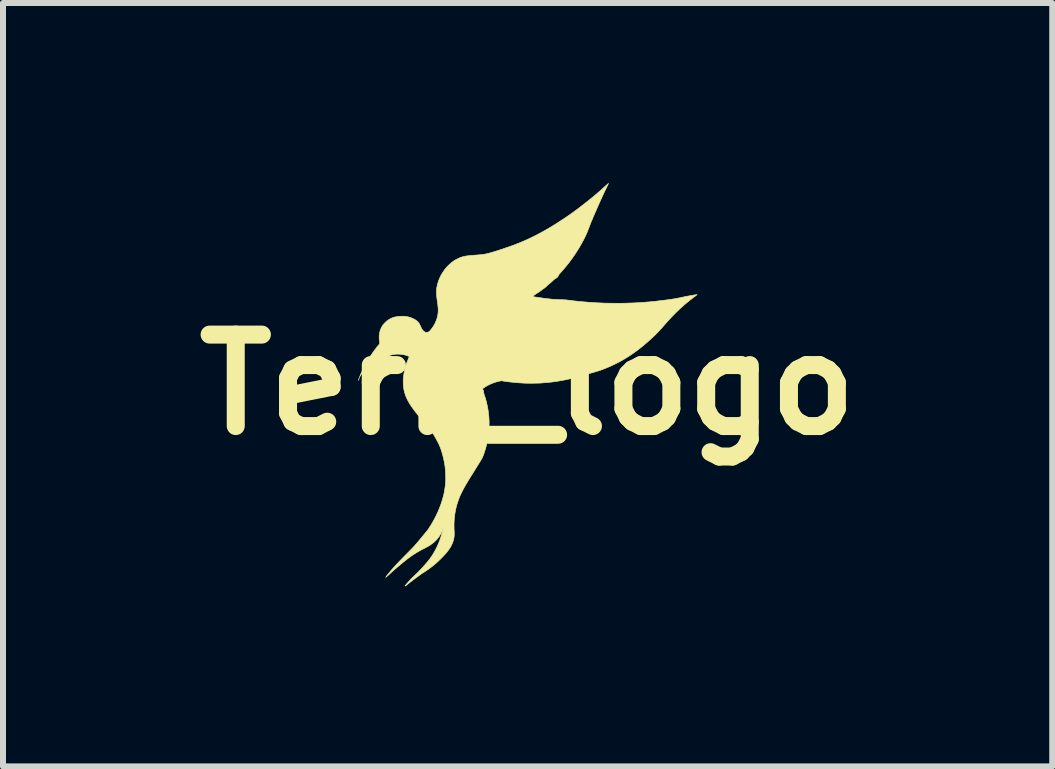
<source format=kicad_pcb>
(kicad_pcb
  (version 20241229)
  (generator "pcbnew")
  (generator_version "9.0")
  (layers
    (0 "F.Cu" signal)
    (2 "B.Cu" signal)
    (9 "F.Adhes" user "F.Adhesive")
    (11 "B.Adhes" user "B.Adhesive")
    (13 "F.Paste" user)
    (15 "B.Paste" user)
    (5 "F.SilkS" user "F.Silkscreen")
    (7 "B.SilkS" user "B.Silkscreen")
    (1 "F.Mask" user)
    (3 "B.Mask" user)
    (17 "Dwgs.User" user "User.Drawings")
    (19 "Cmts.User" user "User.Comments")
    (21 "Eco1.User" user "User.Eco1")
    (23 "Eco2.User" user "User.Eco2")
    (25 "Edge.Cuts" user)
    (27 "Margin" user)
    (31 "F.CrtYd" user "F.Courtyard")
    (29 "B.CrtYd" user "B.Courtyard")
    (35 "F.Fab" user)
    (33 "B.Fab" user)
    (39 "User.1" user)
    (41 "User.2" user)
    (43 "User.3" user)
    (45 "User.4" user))
  (footprint "Tern_logo"
    (layer "F.Cu")
    (at 5.74 3.359)
    (property "Reference" "Tern_logo" (at 0 0 0) (layer "F.SilkS") (effects (font (size 1.524 1.524) (thickness 0.3))))
    (attr through_hole)
    (fp_poly (pts (xy -2.801 -0.12) (xy -2.802 -0.115) (xy -2.804 -0.111) (xy -2.807 -0.104) (xy -2.81 -0.095) (xy -2.813 -0.087) (xy -2.816 -0.08) (xy -2.818 -0.074) (xy -2.82 -0.071) (xy -2.82 -0.071) (xy -2.82 -0.072) (xy -2.819 -0.076) (xy -2.817 -0.082) (xy -2.816 -0.086) (xy -2.811 -0.098) (xy -2.808 -0.108) (xy -2.804 -0.115) (xy -2.802 -0.12) (xy -2.801 -0.121) (xy -2.801 -0.12)) (stroke (width 0.01) (type solid)) (fill yes) (layer "F.SilkS"))
    (fp_poly (pts (xy 1.348 -3.354) (xy 1.348 -3.354) (xy 1.347 -3.352) (xy 1.345 -3.347) (xy 1.341 -3.339) (xy 1.337 -3.329) (xy 1.331 -3.317) (xy 1.325 -3.304) (xy 1.32 -3.294) (xy 1.274 -3.199) (xy 1.229 -3.101) (xy 1.183 -3) (xy 1.138 -2.896) (xy 1.092 -2.791) (xy 1.088 -2.78) (xy 1.077 -2.754) (xy 1.067 -2.731) (xy 1.058 -2.71) (xy 1.05 -2.69) (xy 1.043 -2.671) (xy 1.035 -2.652) (xy 1.028 -2.632) (xy 1.02 -2.611) (xy 1.011 -2.588) (xy 1.007 -2.578) (xy 0.998 -2.553) (xy 0.987 -2.528) (xy 0.976 -2.503) (xy 0.964 -2.476) (xy 0.951 -2.449) (xy 0.936 -2.42) (xy 0.919 -2.388) (xy 0.901 -2.355) (xy 0.853 -2.272) (xy 0.802 -2.191) (xy 0.747 -2.111) (xy 0.689 -2.032) (xy 0.628 -1.956) (xy 0.564 -1.882) (xy 0.546 -1.862) (xy 0.537 -1.852) (xy 0.529 -1.843) (xy 0.524 -1.836) (xy 0.52 -1.83) (xy 0.517 -1.825) (xy 0.516 -1.822) (xy 0.507 -1.806) (xy 0.497 -1.792) (xy 0.484 -1.78) (xy 0.467 -1.77) (xy 0.465 -1.769) (xy 0.46 -1.766) (xy 0.455 -1.763) (xy 0.449 -1.758) (xy 0.442 -1.753) (xy 0.434 -1.746) (xy 0.424 -1.736) (xy 0.413 -1.726) (xy 0.402 -1.716) (xy 0.391 -1.706) (xy 0.38 -1.696) (xy 0.371 -1.688) (xy 0.363 -1.682) (xy 0.359 -1.679) (xy 0.352 -1.673) (xy 0.342 -1.665) (xy 0.332 -1.656) (xy 0.323 -1.647) (xy 0.319 -1.643) (xy 0.31 -1.635) (xy 0.3 -1.626) (xy 0.291 -1.618) (xy 0.284 -1.612) (xy 0.281 -1.61) (xy 0.274 -1.605) (xy 0.265 -1.599) (xy 0.255 -1.592) (xy 0.245 -1.584) (xy 0.241 -1.582) (xy 0.216 -1.563) (xy 0.191 -1.546) (xy 0.168 -1.53) (xy 0.158 -1.524) (xy 0.139 -1.512) (xy 0.122 -1.5) (xy 0.108 -1.49) (xy 0.097 -1.481) (xy 0.093 -1.478) (xy 0.082 -1.468) (xy 0.09 -1.467) (xy 0.099 -1.465) (xy 0.111 -1.463) (xy 0.126 -1.461) (xy 0.143 -1.458) (xy 0.161 -1.456) (xy 0.18 -1.453) (xy 0.2 -1.45) (xy 0.219 -1.447) (xy 0.237 -1.445) (xy 0.254 -1.442) (xy 0.268 -1.44) (xy 0.277 -1.439) (xy 0.314 -1.434) (xy 0.347 -1.431) (xy 0.378 -1.427) (xy 0.408 -1.424) (xy 0.437 -1.422) (xy 0.467 -1.42) (xy 0.497 -1.419) (xy 0.53 -1.417) (xy 0.556 -1.416) (xy 0.577 -1.416) (xy 0.595 -1.415) (xy 0.61 -1.414) (xy 0.624 -1.414) (xy 0.637 -1.413) (xy 0.649 -1.411) (xy 0.661 -1.41) (xy 0.672 -1.409) (xy 0.766 -1.397) (xy 0.857 -1.387) (xy 0.945 -1.379) (xy 1.033 -1.372) (xy 1.12 -1.366) (xy 1.207 -1.362) (xy 1.295 -1.358) (xy 1.385 -1.357) (xy 1.477 -1.356) (xy 1.483 -1.356) (xy 1.551 -1.356) (xy 1.617 -1.357) (xy 1.68 -1.359) (xy 1.742 -1.361) (xy 1.803 -1.364) (xy 1.865 -1.367) (xy 1.928 -1.371) (xy 1.981 -1.376) (xy 2.022 -1.379) (xy 2.064 -1.383) (xy 2.107 -1.387) (xy 2.15 -1.392) (xy 2.193 -1.397) (xy 2.235 -1.402) (xy 2.277 -1.407) (xy 2.318 -1.412) (xy 2.358 -1.418) (xy 2.396 -1.423) (xy 2.432 -1.429) (xy 2.465 -1.434) (xy 2.496 -1.44) (xy 2.524 -1.445) (xy 2.548 -1.45) (xy 2.555 -1.452) (xy 2.589 -1.459) (xy 2.623 -1.467) (xy 2.657 -1.473) (xy 2.69 -1.479) (xy 2.72 -1.484) (xy 2.723 -1.485) (xy 2.737 -1.487) (xy 2.751 -1.49) (xy 2.765 -1.492) (xy 2.778 -1.494) (xy 2.786 -1.496) (xy 2.799 -1.498) (xy 2.809 -1.499) (xy 2.815 -1.499) (xy 2.817 -1.499) (xy 2.824 -1.498) (xy 2.814 -1.491) (xy 2.803 -1.483) (xy 2.79 -1.473) (xy 2.775 -1.462) (xy 2.758 -1.449) (xy 2.742 -1.436) (xy 2.725 -1.423) (xy 2.708 -1.411) (xy 2.693 -1.399) (xy 2.692 -1.398) (xy 2.615 -1.334) (xy 2.539 -1.266) (xy 2.466 -1.196) (xy 2.395 -1.123) (xy 2.325 -1.047) (xy 2.276 -0.991) (xy 2.256 -0.968) (xy 2.234 -0.943) (xy 2.21 -0.917) (xy 2.185 -0.89) (xy 2.159 -0.863) (xy 2.133 -0.836) (xy 2.107 -0.811) (xy 2.082 -0.787) (xy 2.066 -0.772) (xy 1.991 -0.705) (xy 1.916 -0.641) (xy 1.84 -0.581) (xy 1.763 -0.525) (xy 1.686 -0.473) (xy 1.608 -0.425) (xy 1.529 -0.38) (xy 1.45 -0.34) (xy 1.371 -0.303) (xy 1.291 -0.27) (xy 1.242 -0.251) (xy 1.202 -0.237) (xy 1.161 -0.224) (xy 1.119 -0.211) (xy 1.077 -0.199) (xy 1.036 -0.188) (xy 1.007 -0.181) (xy 0.996 -0.178) (xy 0.981 -0.175) (xy 0.965 -0.17) (xy 0.949 -0.165) (xy 0.933 -0.161) (xy 0.925 -0.158) (xy 0.836 -0.131) (xy 0.748 -0.108) (xy 0.66 -0.087) (xy 0.572 -0.07) (xy 0.484 -0.055) (xy 0.394 -0.043) (xy 0.302 -0.034) (xy 0.213 -0.027) (xy 0.195 -0.026) (xy 0.174 -0.026) (xy 0.151 -0.025) (xy 0.126 -0.025) (xy 0.099 -0.024) (xy 0.072 -0.024) (xy 0.046 -0.024) (xy 0.02 -0.024) (xy -0.004 -0.024) (xy -0.026 -0.025) (xy -0.043 -0.025) (xy -0.131 -0.03) (xy -0.217 -0.037) (xy -0.301 -0.046) (xy -0.384 -0.057) (xy -0.397 -0.059) (xy -0.437 -0.066) (xy -0.46 -0.061) (xy -0.503 -0.051) (xy -0.547 -0.038) (xy -0.59 -0.022) (xy -0.632 -0.004) (xy -0.672 0.016) (xy -0.71 0.039) (xy -0.739 0.059) (xy -0.752 0.069) (xy -0.748 0.075) (xy -0.74 0.09) (xy -0.734 0.107) (xy -0.731 0.124) (xy -0.731 0.132) (xy -0.73 0.138) (xy -0.729 0.146) (xy -0.727 0.154) (xy -0.723 0.166) (xy -0.722 0.169) (xy -0.702 0.229) (xy -0.685 0.291) (xy -0.671 0.355) (xy -0.659 0.42) (xy -0.65 0.486) (xy -0.644 0.551) (xy -0.641 0.616) (xy -0.641 0.647) (xy -0.643 0.717) (xy -0.648 0.789) (xy -0.657 0.861) (xy -0.669 0.933) (xy -0.684 1.003) (xy -0.703 1.073) (xy -0.725 1.141) (xy -0.73 1.155) (xy -0.734 1.167) (xy -0.739 1.179) (xy -0.742 1.189) (xy -0.746 1.198) (xy -0.75 1.207) (xy -0.754 1.216) (xy -0.759 1.225) (xy -0.764 1.234) (xy -0.77 1.245) (xy -0.777 1.257) (xy -0.785 1.27) (xy -0.795 1.286) (xy -0.806 1.304) (xy -0.819 1.325) (xy -0.83 1.342) (xy -0.856 1.384) (xy -0.88 1.423) (xy -0.902 1.459) (xy -0.923 1.492) (xy -0.942 1.522) (xy -0.959 1.55) (xy -0.975 1.576) (xy -0.99 1.6) (xy -1.003 1.622) (xy -1.015 1.642) (xy -1.026 1.661) (xy -1.036 1.679) (xy -1.046 1.695) (xy -1.055 1.711) (xy -1.063 1.726) (xy -1.071 1.74) (xy -1.078 1.754) (xy -1.085 1.768) (xy -1.092 1.782) (xy -1.097 1.792) (xy -1.107 1.813) (xy -1.116 1.831) (xy -1.124 1.848) (xy -1.131 1.865) (xy -1.138 1.882) (xy -1.145 1.901) (xy -1.15 1.914) (xy -1.169 1.969) (xy -1.186 2.027) (xy -1.2 2.087) (xy -1.211 2.148) (xy -1.219 2.21) (xy -1.224 2.272) (xy -1.226 2.334) (xy -1.225 2.394) (xy -1.225 2.397) (xy -1.224 2.412) (xy -1.224 2.428) (xy -1.223 2.443) (xy -1.222 2.457) (xy -1.222 2.468) (xy -1.222 2.472) (xy -1.222 2.51) (xy -1.226 2.548) (xy -1.234 2.586) (xy -1.246 2.624) (xy -1.262 2.662) (xy -1.281 2.7) (xy -1.305 2.737) (xy -1.332 2.775) (xy -1.363 2.812) (xy -1.369 2.818) (xy -1.411 2.864) (xy -1.453 2.907) (xy -1.494 2.946) (xy -1.535 2.983) (xy -1.577 3.018) (xy -1.62 3.051) (xy -1.664 3.083) (xy -1.71 3.114) (xy -1.721 3.121) (xy -1.736 3.131) (xy -1.75 3.139) (xy -1.763 3.148) (xy -1.776 3.157) (xy -1.789 3.167) (xy -1.804 3.177) (xy -1.82 3.189) (xy -1.839 3.203) (xy -1.847 3.209) (xy -1.868 3.224) (xy -1.885 3.237) (xy -1.9 3.248) (xy -1.913 3.258) (xy -1.924 3.266) (xy -1.934 3.274) (xy -1.942 3.28) (xy -1.95 3.286) (xy -1.956 3.291) (xy -1.963 3.296) (xy -1.97 3.301) (xy -1.97 3.302) (xy -1.984 3.313) (xy -1.995 3.322) (xy -2.004 3.329) (xy -2.011 3.335) (xy -2.017 3.339) (xy -2.021 3.343) (xy -2.025 3.345) (xy -2.028 3.347) (xy -2.031 3.349) (xy -2.038 3.353) (xy -2.042 3.354) (xy -2.043 3.354) (xy -2.043 3.352) (xy -2.04 3.349) (xy -2.036 3.344) (xy -2.03 3.336) (xy -2.022 3.327) (xy -2.014 3.317) (xy -2.005 3.307) (xy -1.996 3.296) (xy -1.988 3.286) (xy -1.987 3.285) (xy -1.977 3.275) (xy -1.965 3.262) (xy -1.952 3.248) (xy -1.937 3.232) (xy -1.922 3.217) (xy -1.907 3.202) (xy -1.892 3.188) (xy -1.879 3.175) (xy -1.868 3.165) (xy -1.864 3.161) (xy -1.851 3.149) (xy -1.836 3.135) (xy -1.819 3.118) (xy -1.801 3.099) (xy -1.782 3.079) (xy -1.762 3.058) (xy -1.742 3.036) (xy -1.722 3.014) (xy -1.703 2.992) (xy -1.685 2.971) (xy -1.668 2.951) (xy -1.652 2.932) (xy -1.639 2.915) (xy -1.638 2.914) (xy -1.604 2.867) (xy -1.572 2.818) (xy -1.542 2.765) (xy -1.514 2.71) (xy -1.488 2.653) (xy -1.464 2.594) (xy -1.444 2.534) (xy -1.426 2.474) (xy -1.422 2.46) (xy -1.419 2.447) (xy -1.415 2.433) (xy -1.412 2.421) (xy -1.409 2.409) (xy -1.407 2.399) (xy -1.406 2.392) (xy -1.405 2.388) (xy -1.405 2.387) (xy -1.405 2.388) (xy -1.407 2.392) (xy -1.409 2.398) (xy -1.412 2.406) (xy -1.412 2.406) (xy -1.428 2.447) (xy -1.447 2.485) (xy -1.468 2.521) (xy -1.493 2.555) (xy -1.52 2.587) (xy -1.551 2.617) (xy -1.586 2.645) (xy -1.604 2.659) (xy -1.621 2.671) (xy -1.639 2.682) (xy -1.658 2.694) (xy -1.679 2.705) (xy -1.702 2.718) (xy -1.722 2.728) (xy -1.786 2.761) (xy -1.85 2.798) (xy -1.914 2.839) (xy -1.978 2.884) (xy -2.041 2.933) (xy -2.104 2.985) (xy -2.107 2.987) (xy -2.121 2.999) (xy -2.137 3.013) (xy -2.153 3.026) (xy -2.169 3.039) (xy -2.183 3.052) (xy -2.194 3.061) (xy -2.207 3.072) (xy -2.219 3.082) (xy -2.23 3.091) (xy -2.24 3.1) (xy -2.251 3.11) (xy -2.262 3.12) (xy -2.275 3.132) (xy -2.29 3.146) (xy -2.298 3.154) (xy -2.309 3.164) (xy -2.321 3.174) (xy -2.331 3.183) (xy -2.341 3.192) (xy -2.349 3.199) (xy -2.356 3.205) (xy -2.361 3.208) (xy -2.363 3.209) (xy -2.364 3.209) (xy -2.363 3.207) (xy -2.36 3.203) (xy -2.355 3.196) (xy -2.348 3.187) (xy -2.34 3.176) (xy -2.331 3.164) (xy -2.32 3.151) (xy -2.309 3.137) (xy -2.297 3.123) (xy -2.286 3.109) (xy -2.274 3.095) (xy -2.262 3.081) (xy -2.252 3.069) (xy -2.245 3.061) (xy -2.229 3.043) (xy -2.21 3.022) (xy -2.189 2.999) (xy -2.164 2.974) (xy -2.137 2.945) (xy -2.107 2.914) (xy -2.074 2.88) (xy -2.039 2.844) (xy -2 2.805) (xy -1.962 2.766) (xy -1.95 2.754) (xy -1.94 2.744) (xy -1.93 2.734) (xy -1.921 2.724) (xy -1.912 2.715) (xy -1.904 2.706) (xy -1.895 2.697) (xy -1.887 2.688) (xy -1.878 2.678) (xy -1.869 2.667) (xy -1.859 2.656) (xy -1.848 2.644) (xy -1.837 2.63) (xy -1.824 2.615) (xy -1.81 2.599) (xy -1.795 2.58) (xy -1.778 2.56) (xy -1.759 2.537) (xy -1.739 2.512) (xy -1.716 2.485) (xy -1.691 2.454) (xy -1.683 2.445) (xy -1.667 2.424) (xy -1.649 2.4) (xy -1.637 2.381) (xy -1.405 2.381) (xy -1.404 2.383) (xy -1.404 2.383) (xy -1.403 2.381) (xy -1.403 2.379) (xy -1.404 2.379) (xy -1.405 2.381) (xy -1.637 2.381) (xy -1.631 2.373) (xy -1.403 2.373) (xy -1.402 2.374) (xy -1.401 2.373) (xy -1.402 2.372) (xy -1.403 2.373) (xy -1.631 2.373) (xy -1.631 2.372) (xy -1.611 2.34) (xy -1.602 2.325) (xy -1.562 2.255) (xy -1.525 2.184) (xy -1.492 2.114) (xy -1.463 2.044) (xy -1.437 1.973) (xy -1.416 1.903) (xy -1.397 1.834) (xy -1.383 1.764) (xy -1.373 1.695) (xy -1.368 1.648) (xy -1.367 1.639) (xy -1.366 1.628) (xy -1.366 1.614) (xy -1.365 1.599) (xy -1.365 1.583) (xy -1.364 1.574) (xy -1.365 1.503) (xy -1.369 1.431) (xy -1.376 1.359) (xy -1.388 1.287) (xy -1.403 1.216) (xy -1.422 1.145) (xy -1.444 1.075) (xy -1.456 1.042) (xy -1.464 1.023) (xy -1.474 1) (xy -1.486 0.976) (xy -1.499 0.949) (xy -1.514 0.922) (xy -1.53 0.893) (xy -1.546 0.864) (xy -1.564 0.835) (xy -1.575 0.817) (xy -1.586 0.8) (xy -1.596 0.785) (xy -1.606 0.77) (xy -1.615 0.757) (xy -1.626 0.743) (xy -1.637 0.729) (xy -1.649 0.713) (xy -1.663 0.696) (xy -1.679 0.678) (xy -1.687 0.668) (xy -1.697 0.657) (xy -1.708 0.644) (xy -1.721 0.629) (xy -1.735 0.613) (xy -1.748 0.597) (xy -1.761 0.582) (xy -1.767 0.575) (xy -1.79 0.548) (xy -1.811 0.524) (xy -1.83 0.502) (xy -1.846 0.481) (xy -1.862 0.462) (xy -1.876 0.443) (xy -1.89 0.426) (xy -1.893 0.421) (xy -1.922 0.381) (xy -1.948 0.344) (xy -1.971 0.307) (xy -1.991 0.272) (xy -2.008 0.238) (xy -2.024 0.204) (xy -2.036 0.171) (xy -2.047 0.137) (xy -2.056 0.103) (xy -2.063 0.067) (xy -2.068 0.031) (xy -2.069 0.019) (xy -2.07 0.006) (xy -2.071 -0.009) (xy -2.071 -0.026) (xy -2.072 -0.045) (xy -2.072 -0.063) (xy -2.071 -0.082) (xy -2.071 -0.098) (xy -2.07 -0.113) (xy -2.069 -0.12) (xy -2.061 -0.182) (xy -2.049 -0.243) (xy -2.033 -0.304) (xy -2.022 -0.339) (xy -2.018 -0.35) (xy -2.013 -0.365) (xy -2.007 -0.38) (xy -2 -0.397) (xy -1.994 -0.413) (xy -1.988 -0.428) (xy -1.983 -0.441) (xy -1.978 -0.45) (xy -1.975 -0.458) (xy -1.973 -0.464) (xy -1.972 -0.467) (xy -1.972 -0.468) (xy -1.974 -0.47) (xy -1.979 -0.472) (xy -1.986 -0.476) (xy -1.993 -0.478) (xy -2.03 -0.491) (xy -2.067 -0.5) (xy -2.105 -0.506) (xy -2.143 -0.509) (xy -2.173 -0.509) (xy -2.191 -0.508) (xy -2.21 -0.506) (xy -2.228 -0.504) (xy -2.245 -0.501) (xy -2.26 -0.498) (xy -2.273 -0.494) (xy -2.283 -0.491) (xy -2.285 -0.49) (xy -2.292 -0.487) (xy -2.3 -0.484) (xy -2.304 -0.483) (xy -2.309 -0.481) (xy -2.313 -0.479) (xy -2.318 -0.475) (xy -2.323 -0.47) (xy -2.33 -0.463) (xy -2.351 -0.442) (xy -2.374 -0.421) (xy -2.397 -0.402) (xy -2.42 -0.385) (xy -2.442 -0.371) (xy -2.444 -0.371) (xy -2.453 -0.366) (xy -2.462 -0.361) (xy -2.472 -0.356) (xy -2.484 -0.351) (xy -2.497 -0.345) (xy -2.512 -0.338) (xy -2.53 -0.331) (xy -2.551 -0.323) (xy -2.559 -0.32) (xy -2.583 -0.31) (xy -2.604 -0.302) (xy -2.623 -0.294) (xy -2.639 -0.286) (xy -2.653 -0.279) (xy -2.666 -0.272) (xy -2.677 -0.265) (xy -2.679 -0.264) (xy -2.703 -0.246) (xy -2.725 -0.228) (xy -2.745 -0.207) (xy -2.763 -0.185) (xy -2.78 -0.159) (xy -2.787 -0.146) (xy -2.792 -0.138) (xy -2.796 -0.131) (xy -2.799 -0.127) (xy -2.8 -0.125) (xy -2.8 -0.125) (xy -2.799 -0.128) (xy -2.797 -0.133) (xy -2.794 -0.141) (xy -2.79 -0.151) (xy -2.785 -0.162) (xy -2.78 -0.174) (xy -2.775 -0.186) (xy -2.769 -0.198) (xy -2.764 -0.21) (xy -2.761 -0.218) (xy -2.727 -0.288) (xy -2.69 -0.357) (xy -2.651 -0.426) (xy -2.608 -0.492) (xy -2.564 -0.556) (xy -2.517 -0.618) (xy -2.487 -0.655) (xy -2.467 -0.678) (xy -2.465 -0.693) (xy -2.464 -0.703) (xy -2.465 -0.713) (xy -2.466 -0.721) (xy -2.472 -0.756) (xy -2.473 -0.791) (xy -2.472 -0.827) (xy -2.467 -0.861) (xy -2.458 -0.895) (xy -2.451 -0.917) (xy -2.436 -0.951) (xy -2.418 -0.982) (xy -2.396 -1.011) (xy -2.372 -1.037) (xy -2.345 -1.061) (xy -2.316 -1.082) (xy -2.284 -1.1) (xy -2.281 -1.102) (xy -2.254 -1.114) (xy -2.226 -1.124) (xy -2.199 -1.13) (xy -2.169 -1.135) (xy -2.143 -1.137) (xy -2.131 -1.138) (xy -2.117 -1.139) (xy -2.105 -1.14) (xy -2.094 -1.14) (xy -2.093 -1.14) (xy -2.063 -1.14) (xy -2.032 -1.138) (xy -2 -1.132) (xy -1.968 -1.124) (xy -1.936 -1.113) (xy -1.906 -1.1) (xy -1.902 -1.098) (xy -1.877 -1.085) (xy -1.855 -1.07) (xy -1.837 -1.056) (xy -1.827 -1.046) (xy -1.819 -1.036) (xy -1.811 -1.026) (xy -1.803 -1.014) (xy -1.796 -1) (xy -1.788 -0.983) (xy -1.787 -0.98) (xy -1.777 -0.959) (xy -1.769 -0.942) (xy -1.761 -0.928) (xy -1.753 -0.916) (xy -1.745 -0.905) (xy -1.735 -0.896) (xy -1.725 -0.888) (xy -1.714 -0.88) (xy -1.711 -0.878) (xy -1.697 -0.87) (xy -1.682 -0.871) (xy -1.672 -0.873) (xy -1.662 -0.875) (xy -1.654 -0.878) (xy -1.648 -0.88) (xy -1.643 -0.882) (xy -1.639 -0.885) (xy -1.634 -0.89) (xy -1.628 -0.897) (xy -1.626 -0.899) (xy -1.597 -0.934) (xy -1.572 -0.97) (xy -1.549 -1.008) (xy -1.531 -1.047) (xy -1.515 -1.087) (xy -1.503 -1.127) (xy -1.495 -1.168) (xy -1.49 -1.209) (xy -1.489 -1.25) (xy -1.49 -1.259) (xy -1.49 -1.273) (xy -1.491 -1.285) (xy -1.492 -1.298) (xy -1.494 -1.311) (xy -1.495 -1.325) (xy -1.497 -1.341) (xy -1.5 -1.359) (xy -1.503 -1.38) (xy -1.504 -1.386) (xy -1.507 -1.411) (xy -1.51 -1.433) (xy -1.513 -1.453) (xy -1.514 -1.47) (xy -1.516 -1.485) (xy -1.517 -1.499) (xy -1.518 -1.512) (xy -1.518 -1.526) (xy -1.518 -1.54) (xy -1.518 -1.54) (xy -1.518 -1.561) (xy -1.517 -1.579) (xy -1.516 -1.595) (xy -1.514 -1.611) (xy -1.511 -1.628) (xy -1.508 -1.643) (xy -1.497 -1.688) (xy -1.483 -1.732) (xy -1.465 -1.776) (xy -1.445 -1.818) (xy -1.421 -1.859) (xy -1.395 -1.898) (xy -1.367 -1.936) (xy -1.336 -1.971) (xy -1.303 -2.003) (xy -1.269 -2.033) (xy -1.233 -2.06) (xy -1.195 -2.083) (xy -1.168 -2.097) (xy -1.146 -2.107) (xy -1.127 -2.116) (xy -1.108 -2.123) (xy -1.088 -2.129) (xy -1.074 -2.133) (xy -1.061 -2.136) (xy -1.048 -2.139) (xy -1.035 -2.142) (xy -1.021 -2.144) (xy -1.006 -2.146) (xy -0.99 -2.148) (xy -0.973 -2.15) (xy -0.953 -2.152) (xy -0.93 -2.154) (xy -0.905 -2.156) (xy -0.876 -2.158) (xy -0.868 -2.159) (xy -0.84 -2.161) (xy -0.815 -2.163) (xy -0.793 -2.165) (xy -0.773 -2.167) (xy -0.756 -2.169) (xy -0.74 -2.171) (xy -0.725 -2.173) (xy -0.71 -2.175) (xy -0.696 -2.178) (xy -0.682 -2.181) (xy -0.666 -2.185) (xy -0.65 -2.189) (xy -0.632 -2.194) (xy -0.627 -2.195) (xy -0.603 -2.202) (xy -0.576 -2.21) (xy -0.547 -2.219) (xy -0.514 -2.229) (xy -0.481 -2.24) (xy -0.445 -2.251) (xy -0.409 -2.263) (xy -0.373 -2.276) (xy -0.336 -2.288) (xy -0.3 -2.301) (xy -0.265 -2.313) (xy -0.232 -2.325) (xy -0.147 -2.358) (xy -0.061 -2.394) (xy 0.026 -2.433) (xy 0.114 -2.476) (xy 0.204 -2.523) (xy 0.293 -2.572) (xy 0.384 -2.625) (xy 0.475 -2.681) (xy 0.566 -2.74) (xy 0.658 -2.801) (xy 0.75 -2.866) (xy 0.842 -2.933) (xy 0.933 -3.004) (xy 1.025 -3.076) (xy 1.116 -3.151) (xy 1.207 -3.229) (xy 1.293 -3.306) (xy 1.307 -3.319) (xy 1.319 -3.329) (xy 1.328 -3.337) (xy 1.335 -3.343) (xy 1.34 -3.348) (xy 1.344 -3.351) (xy 1.346 -3.353) (xy 1.347 -3.354) (xy 1.348 -3.354) (xy 1.348 -3.354)) (stroke (width 0.01) (type solid)) (fill yes) (layer "F.SilkS")))
  (gr_rect
    (start -3 -3)
    (end 14.481 9.719)
    (stroke (width 0.1) (type default))
    (fill no)
    (layer "Edge.Cuts")))
</source>
